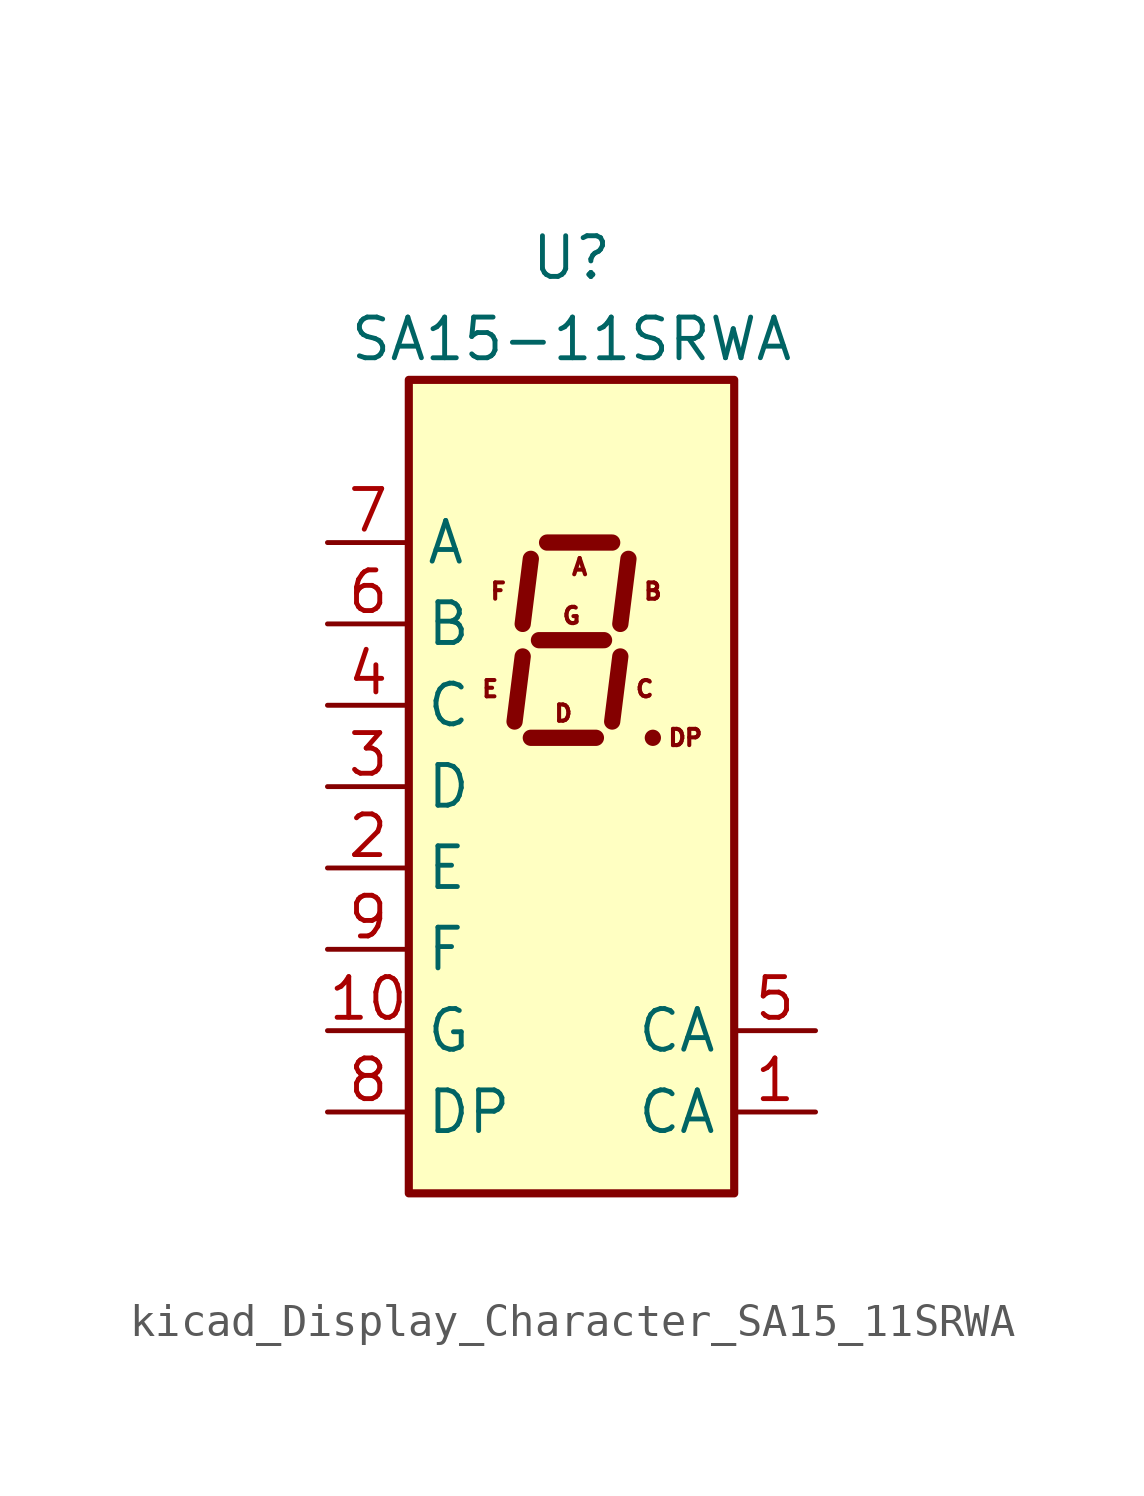
<source format=kicad_sym>
(kicad_symbol_lib
  (version 20220914)
  (generator kicad_symbol_editor)
  (symbol "kicad_Display_Character_SA15_11SRWA"
    (property "Reference" "U"
      (at 0 16.51 0)
      (effects (font (size 1.27 1.27))))
    (property "Value" "SA15-11SRWA"
      (at 0 13.97 0)
      (effects (font (size 1.27 1.27))))
    (symbol "kicad_Display_Character_SA15_11SRWA_1_0"
      (text "A" (at 0.254 6.858 0) (effects (font (size 0.508 0.508))))
      (text "B" (at 2.54 6.096 0) (effects (font (size 0.508 0.508))))
      (text "C" (at 2.286 3.048 0) (effects (font (size 0.508 0.508))))
      (text "D" (at -0.254 2.286 0) (effects (font (size 0.508 0.508))))
      (text "DP" (at 3.556 1.524 0) (effects (font (size 0.508 0.508))))
      (text "E" (at -2.54 3.048 0) (effects (font (size 0.508 0.508))))
      (text "F" (at -2.286 6.096 0) (effects (font (size 0.508 0.508))))
      (text "G" (at 0 5.334 0) (effects (font (size 0.508 0.508)))))
    (symbol "kicad_Display_Character_SA15_11SRWA_1_1"
      (rectangle (start -5.08 12.7) (end 5.08 -12.7) (stroke (width 0.254) (type default)) (fill (type background)))
      (polyline (pts (xy -1.524 4.064) (xy -1.778 2.032)) (stroke (width 0.508) (type default)) (fill (type none)))
      (polyline (pts (xy -1.27 1.524) (xy 0.762 1.524)) (stroke (width 0.508) (type default)) (fill (type none)))
      (polyline (pts (xy -1.27 7.112) (xy -1.524 5.08)) (stroke (width 0.508) (type default)) (fill (type none)))
      (polyline (pts (xy -1.016 4.572) (xy 1.016 4.572)) (stroke (width 0.508) (type default)) (fill (type none)))
      (polyline (pts (xy -0.762 7.62) (xy 1.27 7.62)) (stroke (width 0.508) (type default)) (fill (type none)))
      (polyline (pts (xy 1.524 4.064) (xy 1.27 2.032)) (stroke (width 0.508) (type default)) (fill (type none)))
      (polyline (pts (xy 1.778 7.112) (xy 1.524 5.08)) (stroke (width 0.508) (type default)) (fill (type none)))
      (polyline (pts (xy 2.54 1.524) (xy 2.54 1.524)) (stroke (width 0.508) (type default)) (fill (type none)))
      (pin input line (at 7.62 -10.16 180) (length 2.54) (name "CA" (effects (font (size 1.27 1.27)))) (number "1" (effects (font (size 1.27 1.27)))))
      (pin input line (at -7.62 -7.62 0) (length 2.54) (name "G" (effects (font (size 1.27 1.27)))) (number "10" (effects (font (size 1.27 1.27)))))
      (pin input line (at -7.62 -2.54 0) (length 2.54) (name "E" (effects (font (size 1.27 1.27)))) (number "2" (effects (font (size 1.27 1.27)))))
      (pin input line (at -7.62 0 0) (length 2.54) (name "D" (effects (font (size 1.27 1.27)))) (number "3" (effects (font (size 1.27 1.27)))))
      (pin input line (at -7.62 2.54 0) (length 2.54) (name "C" (effects (font (size 1.27 1.27)))) (number "4" (effects (font (size 1.27 1.27)))))
      (pin input line (at 7.62 -7.62 180) (length 2.54) (name "CA" (effects (font (size 1.27 1.27)))) (number "5" (effects (font (size 1.27 1.27)))))
      (pin input line (at -7.62 5.08 0) (length 2.54) (name "B" (effects (font (size 1.27 1.27)))) (number "6" (effects (font (size 1.27 1.27)))))
      (pin input line (at -7.62 7.62 0) (length 2.54) (name "A" (effects (font (size 1.27 1.27)))) (number "7" (effects (font (size 1.27 1.27)))))
      (pin input line (at -7.62 -10.16 0) (length 2.54) (name "DP" (effects (font (size 1.27 1.27)))) (number "8" (effects (font (size 1.27 1.27)))))
      (pin input line (at -7.62 -5.08 0) (length 2.54) (name "F" (effects (font (size 1.27 1.27)))) (number "9" (effects (font (size 1.27 1.27))))))))
</source>
